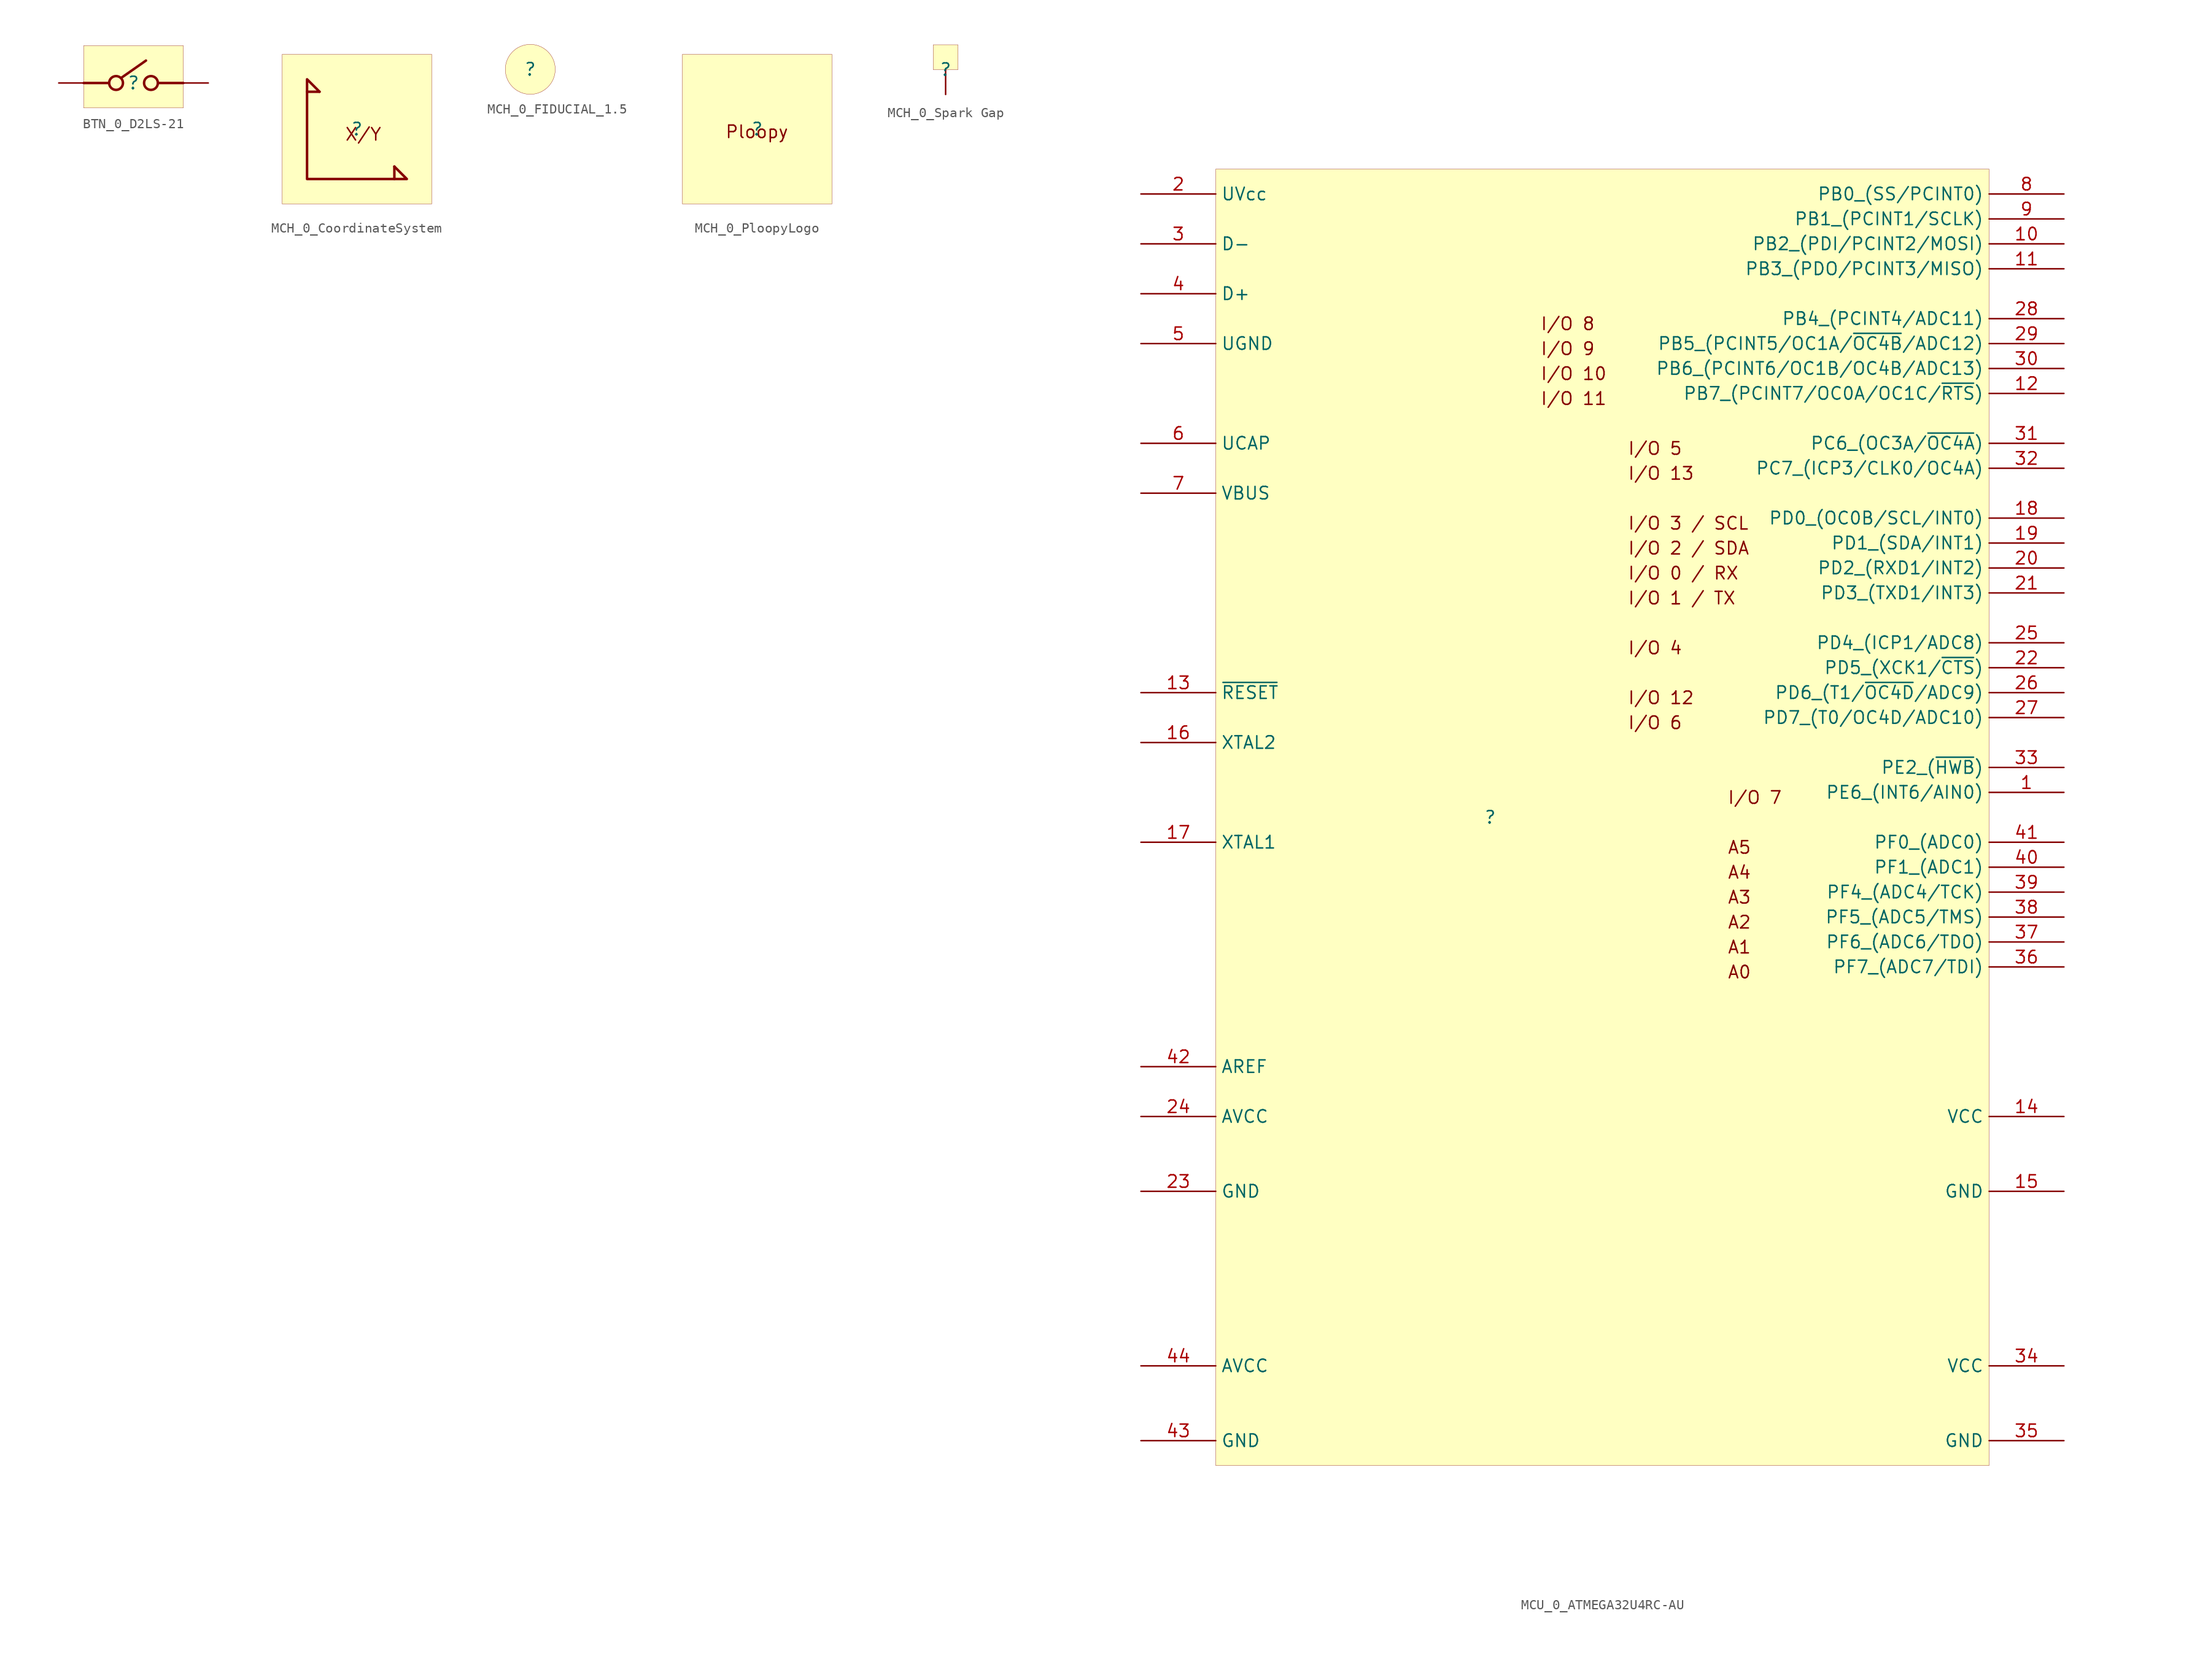
<source format=kicad_sym>
(kicad_symbol_lib
  (version 20231120)
  (generator "kicad_symbol_editor")
  (generator_version "8.0")
  (symbol "BTN_0_D2LS-21"
    (property "Reference" ""
      (at 0 0 0)
      (effects (font (size 1.27 1.27))))
    (property "Value" ""
      (at 0 0 0)
      (effects (font (size 1.27 1.27))))
    (symbol "BTN_0_D2LS-21_1_0"
      (circle (center -1.778 0) (radius 0.703) (stroke (width 0.254) (type solid)) (fill (type none)))
      (polyline (pts (xy -5.08 0) (xy -2.54 0)) (stroke (width 0.254) (type solid)) (fill (type none)))
      (polyline (pts (xy -1.27 0.508) (xy 1.27 2.286)) (stroke (width 0.254) (type solid)) (fill (type none)))
      (polyline (pts (xy 5.08 0) (xy 2.54 0)) (stroke (width 0.254) (type solid)) (fill (type none)))
      (circle (center 1.778 0) (radius 0.703) (stroke (width 0.254) (type solid)) (fill (type none)))
      (rectangle (start 5.08 3.81) (end -5.08 -2.54) (stroke (width 0.025) (type solid) (color 128 0 0 1)) (fill (type background)))
      (pin passive line (at -7.62 0 0) (length 2.54) (name "A" (effects (font (size 0 0)))) (number "A" (effects (font (size 0 0)))))
      (pin passive line (at 7.62 0 180) (length 2.54) (name "B" (effects (font (size 0 0)))) (number "B" (effects (font (size 0 0)))))))
  (symbol "MCH_0_CoordinateSystem"
    (property "Reference" ""
      (at 0 0 0)
      (effects (font (size 1.27 1.27))))
    (property "Value" ""
      (at 0 0 0)
      (effects (font (size 1.27 1.27))))
    (symbol "MCH_0_CoordinateSystem_1_0"
      (polyline (pts (xy -3.81 3.81) (xy -5.08 3.81)) (stroke (width 0.254) (type solid)) (fill (type none)))
      (polyline (pts (xy 3.81 -3.81) (xy 3.81 -5.08)) (stroke (width 0.254) (type solid)) (fill (type none)))
      (polyline (pts (xy -3.81 3.81) (xy -5.08 5.08) (xy -5.08 -5.08) (xy 5.08 -5.08) (xy 3.81 -3.81)) (stroke (width 0.254) (type solid)) (fill (type none)))
      (rectangle (start 7.62 7.62) (end -7.62 -7.62) (stroke (width 0.025) (type solid) (color 128 0 0 1)) (fill (type background)))
      (text "X/Y" (at -1.27 -1.27 0) (effects (font (size 1.27 1.27)) (justify left bottom)))))
  (symbol "MCH_0_FIDUCIAL_1.5"
    (property "Reference" ""
      (at 0 0 0)
      (effects (font (size 1.27 1.27))))
    (property "Value" ""
      (at 0 0 0)
      (effects (font (size 1.27 1.27))))
    (symbol "MCH_0_FIDUCIAL_1.5_1_0"
      (circle (center 0 0) (radius 2.54) (stroke (width 0.025) (type solid)) (fill (type background)))
      (pin passive line (at 7.62 0 180) (length 7.62) hide (name "1" (effects (font (size 0 0)))) (number "1" (effects (font (size 0 0)))))))
  (symbol "MCH_0_PloopyLogo"
    (property "Reference" ""
      (at 0 0 0)
      (effects (font (size 1.27 1.27))))
    (property "Value" ""
      (at 0 0 0)
      (effects (font (size 1.27 1.27))))
    (symbol "MCH_0_PloopyLogo_1_0"
      (rectangle (start 7.62 7.62) (end -7.62 -7.62) (stroke (width 0.025) (type solid) (color 128 0 0 1)) (fill (type background)))
      (text "Ploopy" (at -3.302 -1.016 0) (effects (font (size 1.27 1.27)) (justify left bottom)))))
  (symbol "MCH_0_Spark Gap"
    (property "Reference" ""
      (at 0 0 0)
      (effects (font (size 1.27 1.27))))
    (property "Value" ""
      (at 0 0 0)
      (effects (font (size 1.27 1.27))))
    (symbol "MCH_0_Spark Gap_1_0"
      (rectangle (start 1.27 2.54) (end -1.27 0) (stroke (width 0.025) (type solid) (color 128 0 0 1)) (fill (type background)))
      (pin passive line (at 0 -2.54 90) (length 2.54) (name "1" (effects (font (size 0 0)))) (number "1" (effects (font (size 0 0)))))))
  (symbol "MCU_0_ATMEGA32U4RC-AU"
    (property "Reference" ""
      (at 0 0 0)
      (effects (font (size 1.27 1.27))))
    (property "Value" ""
      (at 0 0 0)
      (effects (font (size 1.27 1.27))))
    (symbol "MCU_0_ATMEGA32U4RC-AU_1_0"
      (rectangle (start 50.8 66.04) (end -27.94 -66.04) (stroke (width 0.025) (type solid) (color 128 0 0 1)) (fill (type background)))
      (text "A0" (at 24.13 -16.51 0) (effects (font (size 1.27 1.27)) (justify left bottom)))
      (text "A1" (at 24.13 -13.97 0) (effects (font (size 1.27 1.27)) (justify left bottom)))
      (text "A2" (at 24.13 -11.43 0) (effects (font (size 1.27 1.27)) (justify left bottom)))
      (text "A3" (at 24.13 -8.89 0) (effects (font (size 1.27 1.27)) (justify left bottom)))
      (text "A4" (at 24.13 -6.35 0) (effects (font (size 1.27 1.27)) (justify left bottom)))
      (text "A5" (at 24.13 -3.81 0) (effects (font (size 1.27 1.27)) (justify left bottom)))
      (text "I/O 0 / RX" (at 13.97 24.13 0) (effects (font (size 1.27 1.27)) (justify left bottom)))
      (text "I/O 1 / TX" (at 13.97 21.59 0) (effects (font (size 1.27 1.27)) (justify left bottom)))
      (text "I/O 10" (at 5.08 44.45 0) (effects (font (size 1.27 1.27)) (justify left bottom)))
      (text "I/O 11" (at 5.08 41.91 0) (effects (font (size 1.27 1.27)) (justify left bottom)))
      (text "I/O 12" (at 13.97 11.43 0) (effects (font (size 1.27 1.27)) (justify left bottom)))
      (text "I/O 13" (at 13.97 34.29 0) (effects (font (size 1.27 1.27)) (justify left bottom)))
      (text "I/O 2 / SDA" (at 13.97 26.67 0) (effects (font (size 1.27 1.27)) (justify left bottom)))
      (text "I/O 3 / SCL" (at 13.97 29.21 0) (effects (font (size 1.27 1.27)) (justify left bottom)))
      (text "I/O 4" (at 13.97 16.51 0) (effects (font (size 1.27 1.27)) (justify left bottom)))
      (text "I/O 5" (at 13.97 36.83 0) (effects (font (size 1.27 1.27)) (justify left bottom)))
      (text "I/O 6" (at 13.97 8.89 0) (effects (font (size 1.27 1.27)) (justify left bottom)))
      (text "I/O 7" (at 24.13 1.27 0) (effects (font (size 1.27 1.27)) (justify left bottom)))
      (text "I/O 8" (at 5.08 49.53 0) (effects (font (size 1.27 1.27)) (justify left bottom)))
      (text "I/O 9" (at 5.08 46.99 0) (effects (font (size 1.27 1.27)) (justify left bottom)))
      (pin bidirectional line (at 58.42 2.54 180) (length 7.62) (name "PE6_(INT6/AIN0)" (effects (font (size 1.27 1.27)))) (number "1" (effects (font (size 1.27 1.27)))))
      (pin bidirectional line (at 58.42 58.42 180) (length 7.62) (name "PB2_(PDI/PCINT2/MOSI)" (effects (font (size 1.27 1.27)))) (number "10" (effects (font (size 1.27 1.27)))))
      (pin bidirectional line (at 58.42 55.88 180) (length 7.62) (name "PB3_(PDO/PCINT3/MISO)" (effects (font (size 1.27 1.27)))) (number "11" (effects (font (size 1.27 1.27)))))
      (pin bidirectional line (at 58.42 43.18 180) (length 7.62) (name "PB7_(PCINT7/OC0A/OC1C/~{RTS})" (effects (font (size 1.27 1.27)))) (number "12" (effects (font (size 1.27 1.27)))))
      (pin input line (at -35.56 12.7 0) (length 7.62) (name "~{RESET}" (effects (font (size 1.27 1.27)))) (number "13" (effects (font (size 1.27 1.27)))))
      (pin power_in line (at 58.42 -30.48 180) (length 7.62) (name "VCC" (effects (font (size 1.27 1.27)))) (number "14" (effects (font (size 1.27 1.27)))))
      (pin passive line (at 58.42 -38.1 180) (length 7.62) (name "GND" (effects (font (size 1.27 1.27)))) (number "15" (effects (font (size 1.27 1.27)))))
      (pin passive line (at -35.56 7.62 0) (length 7.62) (name "XTAL2" (effects (font (size 1.27 1.27)))) (number "16" (effects (font (size 1.27 1.27)))))
      (pin passive line (at -35.56 -2.54 0) (length 7.62) (name "XTAL1" (effects (font (size 1.27 1.27)))) (number "17" (effects (font (size 1.27 1.27)))))
      (pin bidirectional line (at 58.42 30.48 180) (length 7.62) (name "PD0_(OC0B/SCL/INT0)" (effects (font (size 1.27 1.27)))) (number "18" (effects (font (size 1.27 1.27)))))
      (pin bidirectional line (at 58.42 27.94 180) (length 7.62) (name "PD1_(SDA/INT1)" (effects (font (size 1.27 1.27)))) (number "19" (effects (font (size 1.27 1.27)))))
      (pin power_in line (at -35.56 63.5 0) (length 7.62) (name "UVcc" (effects (font (size 1.27 1.27)))) (number "2" (effects (font (size 1.27 1.27)))))
      (pin bidirectional line (at 58.42 25.4 180) (length 7.62) (name "PD2_(RXD1/INT2)" (effects (font (size 1.27 1.27)))) (number "20" (effects (font (size 1.27 1.27)))))
      (pin bidirectional line (at 58.42 22.86 180) (length 7.62) (name "PD3_(TXD1/INT3)" (effects (font (size 1.27 1.27)))) (number "21" (effects (font (size 1.27 1.27)))))
      (pin bidirectional line (at 58.42 15.24 180) (length 7.62) (name "PD5_(XCK1/~{CTS})" (effects (font (size 1.27 1.27)))) (number "22" (effects (font (size 1.27 1.27)))))
      (pin passive line (at -35.56 -38.1 0) (length 7.62) (name "GND" (effects (font (size 1.27 1.27)))) (number "23" (effects (font (size 1.27 1.27)))))
      (pin power_in line (at -35.56 -30.48 0) (length 7.62) (name "AVCC" (effects (font (size 1.27 1.27)))) (number "24" (effects (font (size 1.27 1.27)))))
      (pin bidirectional line (at 58.42 17.78 180) (length 7.62) (name "PD4_(ICP1/ADC8)" (effects (font (size 1.27 1.27)))) (number "25" (effects (font (size 1.27 1.27)))))
      (pin bidirectional line (at 58.42 12.7 180) (length 7.62) (name "PD6_(T1/~{OC4D}/ADC9)" (effects (font (size 1.27 1.27)))) (number "26" (effects (font (size 1.27 1.27)))))
      (pin bidirectional line (at 58.42 10.16 180) (length 7.62) (name "PD7_(T0/OC4D/ADC10)" (effects (font (size 1.27 1.27)))) (number "27" (effects (font (size 1.27 1.27)))))
      (pin bidirectional line (at 58.42 50.8 180) (length 7.62) (name "PB4_(PCINT4/ADC11)" (effects (font (size 1.27 1.27)))) (number "28" (effects (font (size 1.27 1.27)))))
      (pin bidirectional line (at 58.42 48.26 180) (length 7.62) (name "PB5_(PCINT5/OC1A/~{OC4B}/ADC12)" (effects (font (size 1.27 1.27)))) (number "29" (effects (font (size 1.27 1.27)))))
      (pin bidirectional line (at -35.56 58.42 0) (length 7.62) (name "D-" (effects (font (size 1.27 1.27)))) (number "3" (effects (font (size 1.27 1.27)))))
      (pin bidirectional line (at 58.42 45.72 180) (length 7.62) (name "PB6_(PCINT6/OC1B/OC4B/ADC13)" (effects (font (size 1.27 1.27)))) (number "30" (effects (font (size 1.27 1.27)))))
      (pin bidirectional line (at 58.42 38.1 180) (length 7.62) (name "PC6_(OC3A/~{OC4A})" (effects (font (size 1.27 1.27)))) (number "31" (effects (font (size 1.27 1.27)))))
      (pin bidirectional line (at 58.42 35.56 180) (length 7.62) (name "PC7_(ICP3/CLK0/OC4A)" (effects (font (size 1.27 1.27)))) (number "32" (effects (font (size 1.27 1.27)))))
      (pin bidirectional line (at 58.42 5.08 180) (length 7.62) (name "PE2_(~{HWB})" (effects (font (size 1.27 1.27)))) (number "33" (effects (font (size 1.27 1.27)))))
      (pin power_in line (at 58.42 -55.88 180) (length 7.62) (name "VCC" (effects (font (size 1.27 1.27)))) (number "34" (effects (font (size 1.27 1.27)))))
      (pin passive line (at 58.42 -63.5 180) (length 7.62) (name "GND" (effects (font (size 1.27 1.27)))) (number "35" (effects (font (size 1.27 1.27)))))
      (pin bidirectional line (at 58.42 -15.24 180) (length 7.62) (name "PF7_(ADC7/TDI)" (effects (font (size 1.27 1.27)))) (number "36" (effects (font (size 1.27 1.27)))))
      (pin bidirectional line (at 58.42 -12.7 180) (length 7.62) (name "PF6_(ADC6/TDO)" (effects (font (size 1.27 1.27)))) (number "37" (effects (font (size 1.27 1.27)))))
      (pin bidirectional line (at 58.42 -10.16 180) (length 7.62) (name "PF5_(ADC5/TMS)" (effects (font (size 1.27 1.27)))) (number "38" (effects (font (size 1.27 1.27)))))
      (pin bidirectional line (at 58.42 -7.62 180) (length 7.62) (name "PF4_(ADC4/TCK)" (effects (font (size 1.27 1.27)))) (number "39" (effects (font (size 1.27 1.27)))))
      (pin bidirectional line (at -35.56 53.34 0) (length 7.62) (name "D+" (effects (font (size 1.27 1.27)))) (number "4" (effects (font (size 1.27 1.27)))))
      (pin bidirectional line (at 58.42 -5.08 180) (length 7.62) (name "PF1_(ADC1)" (effects (font (size 1.27 1.27)))) (number "40" (effects (font (size 1.27 1.27)))))
      (pin bidirectional line (at 58.42 -2.54 180) (length 7.62) (name "PF0_(ADC0)" (effects (font (size 1.27 1.27)))) (number "41" (effects (font (size 1.27 1.27)))))
      (pin passive line (at -35.56 -25.4 0) (length 7.62) (name "AREF" (effects (font (size 1.27 1.27)))) (number "42" (effects (font (size 1.27 1.27)))))
      (pin passive line (at -35.56 -63.5 0) (length 7.62) (name "GND" (effects (font (size 1.27 1.27)))) (number "43" (effects (font (size 1.27 1.27)))))
      (pin power_in line (at -35.56 -55.88 0) (length 7.62) (name "AVCC" (effects (font (size 1.27 1.27)))) (number "44" (effects (font (size 1.27 1.27)))))
      (pin passive line (at -35.56 48.26 0) (length 7.62) (name "UGND" (effects (font (size 1.27 1.27)))) (number "5" (effects (font (size 1.27 1.27)))))
      (pin passive line (at -35.56 38.1 0) (length 7.62) (name "UCAP" (effects (font (size 1.27 1.27)))) (number "6" (effects (font (size 1.27 1.27)))))
      (pin power_in line (at -35.56 33.02 0) (length 7.62) (name "VBUS" (effects (font (size 1.27 1.27)))) (number "7" (effects (font (size 1.27 1.27)))))
      (pin bidirectional line (at 58.42 63.5 180) (length 7.62) (name "PB0_(SS/PCINT0)" (effects (font (size 1.27 1.27)))) (number "8" (effects (font (size 1.27 1.27)))))
      (pin bidirectional line (at 58.42 60.96 180) (length 7.62) (name "PB1_(PCINT1/SCLK)" (effects (font (size 1.27 1.27)))) (number "9" (effects (font (size 1.27 1.27))))))))
</source>
